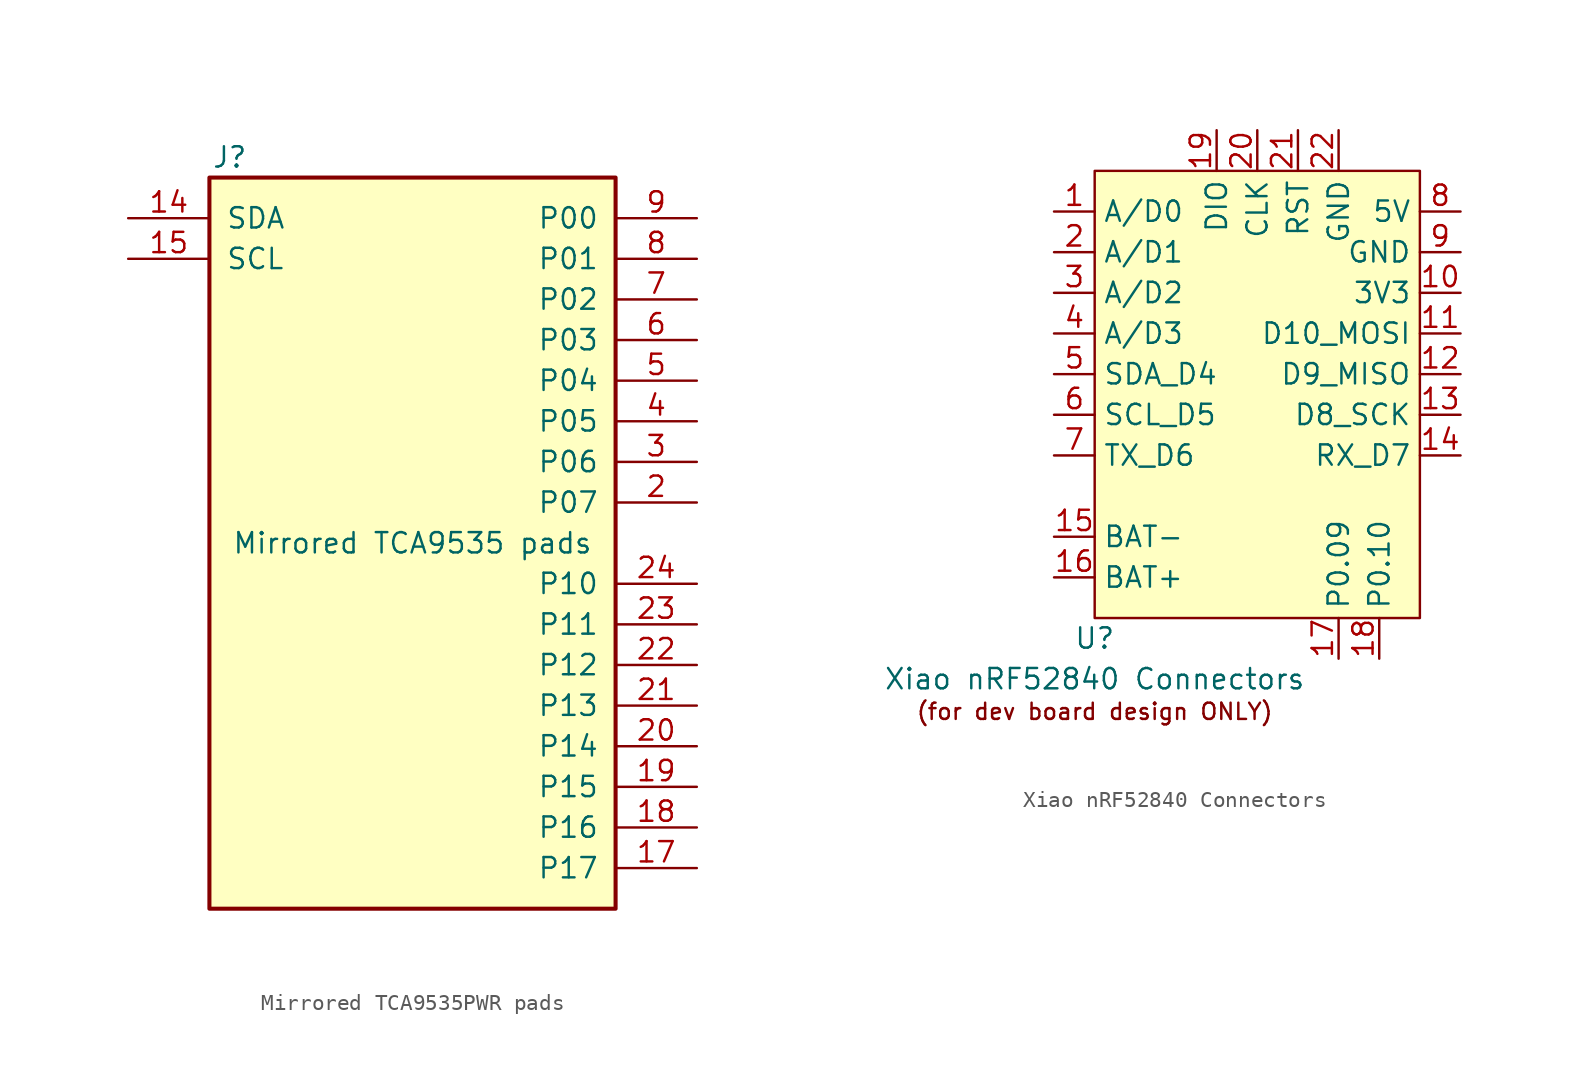
<source format=kicad_sym>
(kicad_symbol_lib
  (version 20241209)
  (generator "kicad_symbol_editor")
  (generator_version "9.0")
  (symbol "Mirrored TCA9535PWR pads"
    (pin_names
      (offset 1.016))
    (property "Reference" "J"
      (at -11.43 24.13 0)
      (effects (font (size 1.27 1.27))))
    (property "Value" "Mirrored TCA9535 pads"
      (at 0 0 0)
      (effects (font (size 1.27 1.27))))
    (symbol "Mirrored TCA9535PWR pads_0_1"
      (rectangle (start -12.7 22.86) (end 12.7 -22.86) (stroke (width 0.254) (type default)) (fill (type background))))
    (symbol "Mirrored TCA9535PWR pads_1_1"
      (pin bidirectional line (at -17.78 20.32 0) (length 5.08) (name "SDA" (effects (font (size 1.27 1.27)))) (number "14" (effects (font (size 1.27 1.27)))))
      (pin bidirectional line (at -17.78 17.78 0) (length 5.08) (name "SCL" (effects (font (size 1.27 1.27)))) (number "15" (effects (font (size 1.27 1.27)))))
      (pin bidirectional line (at 17.78 20.32 180) (length 5.08) (name "P00" (effects (font (size 1.27 1.27)))) (number "9" (effects (font (size 1.27 1.27)))))
      (pin bidirectional line (at 17.78 17.78 180) (length 5.08) (name "P01" (effects (font (size 1.27 1.27)))) (number "8" (effects (font (size 1.27 1.27)))))
      (pin bidirectional line (at 17.78 15.24 180) (length 5.08) (name "P02" (effects (font (size 1.27 1.27)))) (number "7" (effects (font (size 1.27 1.27)))))
      (pin bidirectional line (at 17.78 12.7 180) (length 5.08) (name "P03" (effects (font (size 1.27 1.27)))) (number "6" (effects (font (size 1.27 1.27)))))
      (pin bidirectional line (at 17.78 10.16 180) (length 5.08) (name "P04" (effects (font (size 1.27 1.27)))) (number "5" (effects (font (size 1.27 1.27)))))
      (pin bidirectional line (at 17.78 7.62 180) (length 5.08) (name "P05" (effects (font (size 1.27 1.27)))) (number "4" (effects (font (size 1.27 1.27)))))
      (pin bidirectional line (at 17.78 5.08 180) (length 5.08) (name "P06" (effects (font (size 1.27 1.27)))) (number "3" (effects (font (size 1.27 1.27)))))
      (pin bidirectional line (at 17.78 2.54 180) (length 5.08) (name "P07" (effects (font (size 1.27 1.27)))) (number "2" (effects (font (size 1.27 1.27)))))
      (pin bidirectional line (at 17.78 -2.54 180) (length 5.08) (name "P10" (effects (font (size 1.27 1.27)))) (number "24" (effects (font (size 1.27 1.27)))))
      (pin bidirectional line (at 17.78 -5.08 180) (length 5.08) (name "P11" (effects (font (size 1.27 1.27)))) (number "23" (effects (font (size 1.27 1.27)))))
      (pin bidirectional line (at 17.78 -7.62 180) (length 5.08) (name "P12" (effects (font (size 1.27 1.27)))) (number "22" (effects (font (size 1.27 1.27)))))
      (pin bidirectional line (at 17.78 -10.16 180) (length 5.08) (name "P13" (effects (font (size 1.27 1.27)))) (number "21" (effects (font (size 1.27 1.27)))))
      (pin bidirectional line (at 17.78 -12.7 180) (length 5.08) (name "P14" (effects (font (size 1.27 1.27)))) (number "20" (effects (font (size 1.27 1.27)))))
      (pin bidirectional line (at 17.78 -15.24 180) (length 5.08) (name "P15" (effects (font (size 1.27 1.27)))) (number "19" (effects (font (size 1.27 1.27)))))
      (pin bidirectional line (at 17.78 -17.78 180) (length 5.08) (name "P16" (effects (font (size 1.27 1.27)))) (number "18" (effects (font (size 1.27 1.27)))))
      (pin bidirectional line (at 17.78 -20.32 180) (length 5.08) (name "P17" (effects (font (size 1.27 1.27)))) (number "17" (effects (font (size 1.27 1.27)))))))
  (symbol "Xiao nRF52840 Connectors"
    (property "Reference" "U"
      (at -10.16 -12.7 0)
      (effects (font (size 1.27 1.27))))
    (property "Value" "Xiao nRF52840 Connectors"
      (at -10.16 -15.24 0)
      (effects (font (size 1.27 1.27))))
    (symbol "Xiao nRF52840 Connectors_1_0"
      (pin bidirectional line (at -12.7 13.97 0) (length 2.54) (name "A/D0" (effects (font (size 1.27 1.27)))) (number "1" (effects (font (size 1.27 1.27)))))
      (pin bidirectional line (at -12.7 11.43 0) (length 2.54) (name "A/D1" (effects (font (size 1.27 1.27)))) (number "2" (effects (font (size 1.27 1.27)))))
      (pin bidirectional line (at -12.7 8.89 0) (length 2.54) (name "A/D2" (effects (font (size 1.27 1.27)))) (number "3" (effects (font (size 1.27 1.27)))))
      (pin bidirectional line (at -12.7 6.35 0) (length 2.54) (name "A/D3" (effects (font (size 1.27 1.27)))) (number "4" (effects (font (size 1.27 1.27)))))
      (pin bidirectional line (at -12.7 3.81 0) (length 2.54) (name "SDA_D4" (effects (font (size 1.27 1.27)))) (number "5" (effects (font (size 1.27 1.27)))))
      (pin bidirectional line (at -12.7 1.27 0) (length 2.54) (name "SCL_D5" (effects (font (size 1.27 1.27)))) (number "6" (effects (font (size 1.27 1.27)))))
      (pin bidirectional line (at -12.7 -1.27 0) (length 2.54) (name "TX_D6" (effects (font (size 1.27 1.27)))) (number "7" (effects (font (size 1.27 1.27)))))
      (pin power_out line (at -12.7 -6.35 0) (length 2.54) (name "BAT-" (effects (font (size 1.27 1.27)))) (number "15" (effects (font (size 1.27 1.27)))))
      (pin power_out line (at -12.7 -8.89 0) (length 2.54) (name "BAT+" (effects (font (size 1.27 1.27)))) (number "16" (effects (font (size 1.27 1.27)))))
      (pin bidirectional line (at -2.54 19.05 270) (length 2.54) (name "DIO" (effects (font (size 1.27 1.27)))) (number "19" (effects (font (size 1.27 1.27)))))
      (pin bidirectional line (at 0 19.05 270) (length 2.54) (name "CLK" (effects (font (size 1.27 1.27)))) (number "20" (effects (font (size 1.27 1.27)))))
      (pin bidirectional line (at 2.54 19.05 270) (length 2.54) (name "RST" (effects (font (size 1.27 1.27)))) (number "21" (effects (font (size 1.27 1.27)))))
      (pin power_in line (at 5.08 19.05 270) (length 2.54) (name "GND" (effects (font (size 1.27 1.27)))) (number "22" (effects (font (size 1.27 1.27)))))
      (pin bidirectional line (at 5.08 -13.97 90) (length 2.54) (name "P0.09" (effects (font (size 1.27 1.27)))) (number "17" (effects (font (size 1.27 1.27)))))
      (pin bidirectional line (at 7.62 -13.97 90) (length 2.54) (name "P0.10" (effects (font (size 1.27 1.27)))) (number "18" (effects (font (size 1.27 1.27)))))
      (pin power_in line (at 12.7 13.97 180) (length 2.54) (name "5V" (effects (font (size 1.27 1.27)))) (number "8" (effects (font (size 1.27 1.27)))))
      (pin power_in line (at 12.7 11.43 180) (length 2.54) (name "GND" (effects (font (size 1.27 1.27)))) (number "9" (effects (font (size 1.27 1.27)))))
      (pin power_in line (at 12.7 8.89 180) (length 2.54) (name "3V3" (effects (font (size 1.27 1.27)))) (number "10" (effects (font (size 1.27 1.27)))))
      (pin bidirectional line (at 12.7 6.35 180) (length 2.54) (name "D10_MOSI" (effects (font (size 1.27 1.27)))) (number "11" (effects (font (size 1.27 1.27)))))
      (pin bidirectional line (at 12.7 3.81 180) (length 2.54) (name "D9_MISO" (effects (font (size 1.27 1.27)))) (number "12" (effects (font (size 1.27 1.27)))))
      (pin bidirectional line (at 12.7 1.27 180) (length 2.54) (name "D8_SCK" (effects (font (size 1.27 1.27)))) (number "13" (effects (font (size 1.27 1.27)))))
      (pin bidirectional line (at 12.7 -1.27 180) (length 2.54) (name "RX_D7" (effects (font (size 1.27 1.27)))) (number "14" (effects (font (size 1.27 1.27))))))
    (symbol "Xiao nRF52840 Connectors_1_1"
      (rectangle (start -10.16 16.51) (end 10.16 -11.43) (stroke (width 0) (type default)) (fill (type background)))
      (text "(for dev board design ONLY)" (at -10.16 -17.272 0) (effects (font (size 1.016 1.016)))))))
</source>
